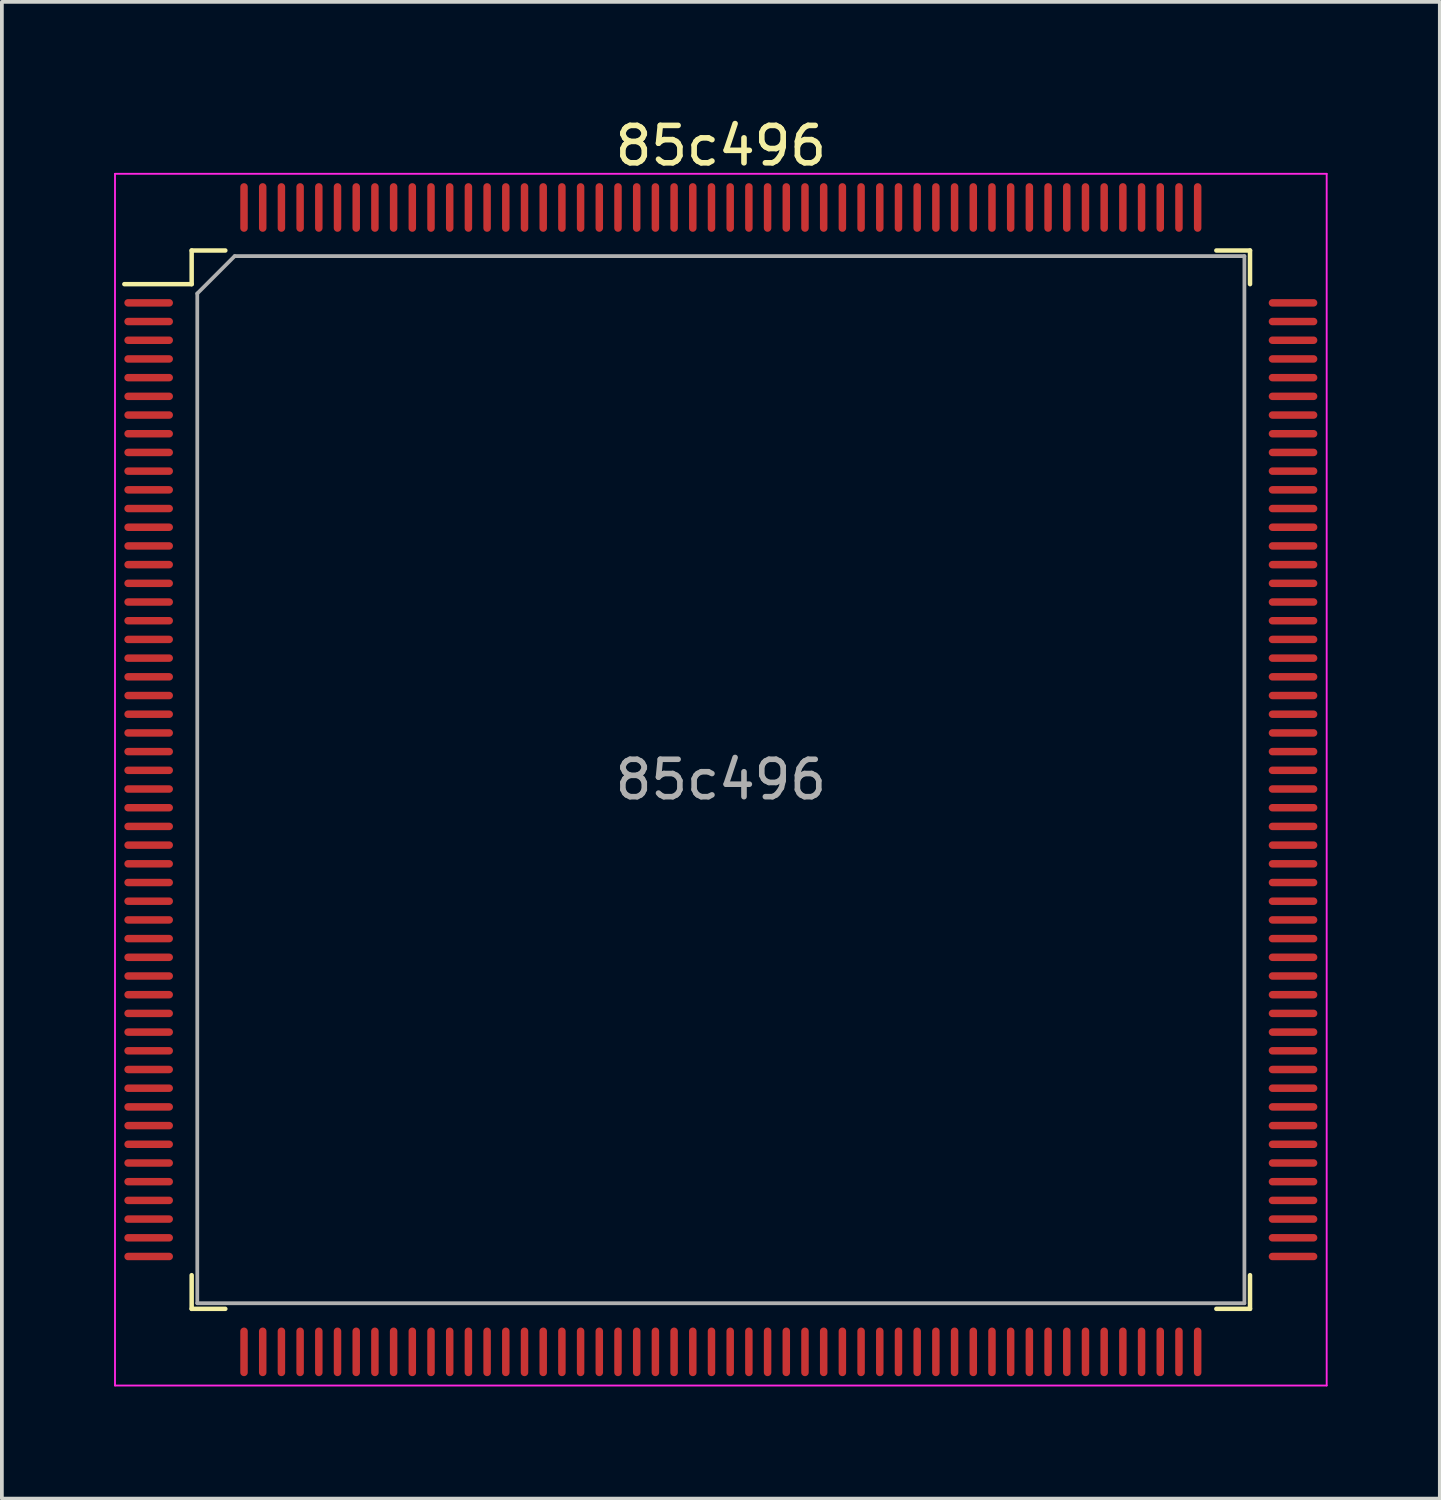
<source format=kicad_pcb>
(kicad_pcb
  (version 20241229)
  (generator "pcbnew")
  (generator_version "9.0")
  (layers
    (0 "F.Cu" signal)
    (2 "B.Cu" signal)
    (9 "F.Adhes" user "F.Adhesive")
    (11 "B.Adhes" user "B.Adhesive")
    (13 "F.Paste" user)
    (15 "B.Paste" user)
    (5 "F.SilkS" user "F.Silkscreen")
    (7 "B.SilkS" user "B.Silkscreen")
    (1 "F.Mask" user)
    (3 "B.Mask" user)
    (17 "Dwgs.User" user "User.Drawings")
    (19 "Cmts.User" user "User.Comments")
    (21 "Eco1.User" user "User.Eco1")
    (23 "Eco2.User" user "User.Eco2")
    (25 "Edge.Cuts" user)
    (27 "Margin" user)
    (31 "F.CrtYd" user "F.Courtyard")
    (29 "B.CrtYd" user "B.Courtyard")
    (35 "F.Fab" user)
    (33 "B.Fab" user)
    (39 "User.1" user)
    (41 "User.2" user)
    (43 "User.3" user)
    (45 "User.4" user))
  (footprint "85c496"
    (layer "F.Cu")
    (at 16.225 17.798)
    (property "Reference" "85c496" (at 0 -16.95 0) (layer "F.SilkS") (effects (font (size 1 1) (thickness 0.15))))
    (attr smd)
    (fp_line (start -14.15 -14.15) (end -14.15 -13.25) (stroke (width 0.12) (type default)) (layer "F.SilkS"))
    (fp_line (start -14.15 -13.25) (end -15.95 -13.25) (stroke (width 0.12) (type default)) (layer "F.SilkS"))
    (fp_line (start -14.15 14.15) (end -14.15 13.25) (stroke (width 0.12) (type default)) (layer "F.SilkS"))
    (fp_line (start -13.25 -14.15) (end -14.15 -14.15) (stroke (width 0.12) (type default)) (layer "F.SilkS"))
    (fp_line (start -13.25 14.15) (end -14.15 14.15) (stroke (width 0.12) (type default)) (layer "F.SilkS"))
    (fp_line (start 13.25 -14.15) (end 14.15 -14.15) (stroke (width 0.12) (type default)) (layer "F.SilkS"))
    (fp_line (start 13.25 14.15) (end 14.15 14.15) (stroke (width 0.12) (type default)) (layer "F.SilkS"))
    (fp_line (start 14.15 -14.15) (end 14.15 -13.25) (stroke (width 0.12) (type default)) (layer "F.SilkS"))
    (fp_line (start 14.15 14.15) (end 14.15 13.25) (stroke (width 0.12) (type default)) (layer "F.SilkS"))
    (fp_line (start -16.2 -16.2) (end 16.2 -16.2) (stroke (width 0.05) (type default)) (layer "F.CrtYd"))
    (fp_line (start -16.2 16.2) (end -16.2 -16.2) (stroke (width 0.05) (type default)) (layer "F.CrtYd"))
    (fp_line (start 16.2 -16.2) (end 16.2 16.2) (stroke (width 0.05) (type default)) (layer "F.CrtYd"))
    (fp_line (start 16.2 16.2) (end -16.2 16.2) (stroke (width 0.05) (type default)) (layer "F.CrtYd"))
    (fp_line (start -14 -13) (end -14 14) (stroke (width 0.1) (type default)) (layer "F.Fab"))
    (fp_line (start -14 14) (end 14 14) (stroke (width 0.1) (type default)) (layer "F.Fab"))
    (fp_line (start -13 -14) (end -14 -13) (stroke (width 0.1) (type default)) (layer "F.Fab"))
    (fp_line (start 14 -14) (end -13 -14) (stroke (width 0.1) (type default)) (layer "F.Fab"))
    (fp_line (start 14 14) (end 14 -14) (stroke (width 0.1) (type default)) (layer "F.Fab"))
    (fp_text user "${REFERENCE}" (at 0 0 0) (layer "F.Fab") (effects (font (size 1 1) (thickness 0.15))))
    (pad "1" smd oval (at -15.3 -12.75 90) (size 0.2 1.3) (layers "F.Cu" "F.Mask" "F.Paste"))
    (pad "2" smd oval (at -15.3 -12.25 90) (size 0.2 1.3) (layers "F.Cu" "F.Mask" "F.Paste"))
    (pad "3" smd oval (at -15.3 -11.75 90) (size 0.2 1.3) (layers "F.Cu" "F.Mask" "F.Paste"))
    (pad "4" smd oval (at -15.3 -11.25 90) (size 0.2 1.3) (layers "F.Cu" "F.Mask" "F.Paste"))
    (pad "5" smd oval (at -15.3 -10.75 90) (size 0.2 1.3) (layers "F.Cu" "F.Mask" "F.Paste"))
    (pad "6" smd oval (at -15.3 -10.25 90) (size 0.2 1.3) (layers "F.Cu" "F.Mask" "F.Paste"))
    (pad "7" smd oval (at -15.3 -9.75 90) (size 0.2 1.3) (layers "F.Cu" "F.Mask" "F.Paste"))
    (pad "8" smd oval (at -15.3 -9.25 90) (size 0.2 1.3) (layers "F.Cu" "F.Mask" "F.Paste"))
    (pad "9" smd oval (at -15.3 -8.75 90) (size 0.2 1.3) (layers "F.Cu" "F.Mask" "F.Paste"))
    (pad "10" smd oval (at -15.3 -8.25 90) (size 0.2 1.3) (layers "F.Cu" "F.Mask" "F.Paste"))
    (pad "11" smd oval (at -15.3 -7.75 90) (size 0.2 1.3) (layers "F.Cu" "F.Mask" "F.Paste"))
    (pad "12" smd oval (at -15.3 -7.25 90) (size 0.2 1.3) (layers "F.Cu" "F.Mask" "F.Paste"))
    (pad "13" smd oval (at -15.3 -6.75 90) (size 0.2 1.3) (layers "F.Cu" "F.Mask" "F.Paste"))
    (pad "14" smd oval (at -15.3 -6.25 90) (size 0.2 1.3) (layers "F.Cu" "F.Mask" "F.Paste"))
    (pad "15" smd oval (at -15.3 -5.75 90) (size 0.2 1.3) (layers "F.Cu" "F.Mask" "F.Paste"))
    (pad "16" smd oval (at -15.3 -5.25 90) (size 0.2 1.3) (layers "F.Cu" "F.Mask" "F.Paste"))
    (pad "17" smd oval (at -15.3 -4.75 90) (size 0.2 1.3) (layers "F.Cu" "F.Mask" "F.Paste"))
    (pad "18" smd oval (at -15.3 -4.25 90) (size 0.2 1.3) (layers "F.Cu" "F.Mask" "F.Paste"))
    (pad "19" smd oval (at -15.3 -3.75 90) (size 0.2 1.3) (layers "F.Cu" "F.Mask" "F.Paste"))
    (pad "20" smd oval (at -15.3 -3.25 90) (size 0.2 1.3) (layers "F.Cu" "F.Mask" "F.Paste"))
    (pad "21" smd oval (at -15.3 -2.75 90) (size 0.2 1.3) (layers "F.Cu" "F.Mask" "F.Paste"))
    (pad "22" smd oval (at -15.3 -2.25 90) (size 0.2 1.3) (layers "F.Cu" "F.Mask" "F.Paste"))
    (pad "23" smd oval (at -15.3 -1.75 90) (size 0.2 1.3) (layers "F.Cu" "F.Mask" "F.Paste"))
    (pad "24" smd oval (at -15.3 -1.25 90) (size 0.2 1.3) (layers "F.Cu" "F.Mask" "F.Paste"))
    (pad "25" smd oval (at -15.3 -0.75 90) (size 0.2 1.3) (layers "F.Cu" "F.Mask" "F.Paste"))
    (pad "26" smd oval (at -15.3 -0.25 90) (size 0.2 1.3) (layers "F.Cu" "F.Mask" "F.Paste"))
    (pad "27" smd oval (at -15.3 0.25 90) (size 0.2 1.3) (layers "F.Cu" "F.Mask" "F.Paste"))
    (pad "28" smd oval (at -15.3 0.75 90) (size 0.2 1.3) (layers "F.Cu" "F.Mask" "F.Paste"))
    (pad "29" smd oval (at -15.3 1.25 90) (size 0.2 1.3) (layers "F.Cu" "F.Mask" "F.Paste"))
    (pad "30" smd oval (at -15.3 1.75 90) (size 0.2 1.3) (layers "F.Cu" "F.Mask" "F.Paste"))
    (pad "31" smd oval (at -15.3 2.25 90) (size 0.2 1.3) (layers "F.Cu" "F.Mask" "F.Paste"))
    (pad "32" smd oval (at -15.3 2.75 90) (size 0.2 1.3) (layers "F.Cu" "F.Mask" "F.Paste"))
    (pad "33" smd oval (at -15.3 3.25 90) (size 0.2 1.3) (layers "F.Cu" "F.Mask" "F.Paste"))
    (pad "34" smd oval (at -15.3 3.75 90) (size 0.2 1.3) (layers "F.Cu" "F.Mask" "F.Paste"))
    (pad "35" smd oval (at -15.3 4.25 90) (size 0.2 1.3) (layers "F.Cu" "F.Mask" "F.Paste"))
    (pad "36" smd oval (at -15.3 4.75 90) (size 0.2 1.3) (layers "F.Cu" "F.Mask" "F.Paste"))
    (pad "37" smd oval (at -15.3 5.25 90) (size 0.2 1.3) (layers "F.Cu" "F.Mask" "F.Paste"))
    (pad "38" smd oval (at -15.3 5.75 90) (size 0.2 1.3) (layers "F.Cu" "F.Mask" "F.Paste"))
    (pad "39" smd oval (at -15.3 6.25 90) (size 0.2 1.3) (layers "F.Cu" "F.Mask" "F.Paste"))
    (pad "40" smd oval (at -15.3 6.75 90) (size 0.2 1.3) (layers "F.Cu" "F.Mask" "F.Paste"))
    (pad "41" smd oval (at -15.3 7.25 90) (size 0.2 1.3) (layers "F.Cu" "F.Mask" "F.Paste"))
    (pad "42" smd oval (at -15.3 7.75 90) (size 0.2 1.3) (layers "F.Cu" "F.Mask" "F.Paste"))
    (pad "43" smd oval (at -15.3 8.25 90) (size 0.2 1.3) (layers "F.Cu" "F.Mask" "F.Paste"))
    (pad "44" smd oval (at -15.3 8.75 90) (size 0.2 1.3) (layers "F.Cu" "F.Mask" "F.Paste"))
    (pad "45" smd oval (at -15.3 9.25 90) (size 0.2 1.3) (layers "F.Cu" "F.Mask" "F.Paste"))
    (pad "46" smd oval (at -15.3 9.75 90) (size 0.2 1.3) (layers "F.Cu" "F.Mask" "F.Paste"))
    (pad "47" smd oval (at -15.3 10.25 90) (size 0.2 1.3) (layers "F.Cu" "F.Mask" "F.Paste"))
    (pad "48" smd oval (at -15.3 10.75 90) (size 0.2 1.3) (layers "F.Cu" "F.Mask" "F.Paste"))
    (pad "49" smd oval (at -15.3 11.25 90) (size 0.2 1.3) (layers "F.Cu" "F.Mask" "F.Paste"))
    (pad "50" smd oval (at -15.3 11.75 90) (size 0.2 1.3) (layers "F.Cu" "F.Mask" "F.Paste"))
    (pad "51" smd oval (at -15.3 12.25 90) (size 0.2 1.3) (layers "F.Cu" "F.Mask" "F.Paste"))
    (pad "52" smd oval (at -15.3 12.75 90) (size 0.2 1.3) (layers "F.Cu" "F.Mask" "F.Paste"))
    (pad "53" smd oval (at -12.75 15.3) (size 0.2 1.3) (layers "F.Cu" "F.Mask" "F.Paste"))
    (pad "54" smd oval (at -12.25 15.3) (size 0.2 1.3) (layers "F.Cu" "F.Mask" "F.Paste"))
    (pad "55" smd oval (at -11.75 15.3) (size 0.2 1.3) (layers "F.Cu" "F.Mask" "F.Paste"))
    (pad "56" smd oval (at -11.25 15.3) (size 0.2 1.3) (layers "F.Cu" "F.Mask" "F.Paste"))
    (pad "57" smd oval (at -10.75 15.3) (size 0.2 1.3) (layers "F.Cu" "F.Mask" "F.Paste"))
    (pad "58" smd oval (at -10.25 15.3) (size 0.2 1.3) (layers "F.Cu" "F.Mask" "F.Paste"))
    (pad "59" smd oval (at -9.75 15.3) (size 0.2 1.3) (layers "F.Cu" "F.Mask" "F.Paste"))
    (pad "60" smd oval (at -9.25 15.3) (size 0.2 1.3) (layers "F.Cu" "F.Mask" "F.Paste"))
    (pad "61" smd oval (at -8.75 15.3) (size 0.2 1.3) (layers "F.Cu" "F.Mask" "F.Paste"))
    (pad "62" smd oval (at -8.25 15.3) (size 0.2 1.3) (layers "F.Cu" "F.Mask" "F.Paste"))
    (pad "63" smd oval (at -7.75 15.3) (size 0.2 1.3) (layers "F.Cu" "F.Mask" "F.Paste"))
    (pad "64" smd oval (at -7.25 15.3) (size 0.2 1.3) (layers "F.Cu" "F.Mask" "F.Paste"))
    (pad "65" smd oval (at -6.75 15.3) (size 0.2 1.3) (layers "F.Cu" "F.Mask" "F.Paste"))
    (pad "66" smd oval (at -6.25 15.3) (size 0.2 1.3) (layers "F.Cu" "F.Mask" "F.Paste"))
    (pad "67" smd oval (at -5.75 15.3) (size 0.2 1.3) (layers "F.Cu" "F.Mask" "F.Paste"))
    (pad "68" smd oval (at -5.25 15.3) (size 0.2 1.3) (layers "F.Cu" "F.Mask" "F.Paste"))
    (pad "69" smd oval (at -4.75 15.3) (size 0.2 1.3) (layers "F.Cu" "F.Mask" "F.Paste"))
    (pad "70" smd oval (at -4.25 15.3) (size 0.2 1.3) (layers "F.Cu" "F.Mask" "F.Paste"))
    (pad "71" smd oval (at -3.75 15.3) (size 0.2 1.3) (layers "F.Cu" "F.Mask" "F.Paste"))
    (pad "72" smd oval (at -3.25 15.3) (size 0.2 1.3) (layers "F.Cu" "F.Mask" "F.Paste"))
    (pad "73" smd oval (at -2.75 15.3) (size 0.2 1.3) (layers "F.Cu" "F.Mask" "F.Paste"))
    (pad "74" smd oval (at -2.25 15.3) (size 0.2 1.3) (layers "F.Cu" "F.Mask" "F.Paste"))
    (pad "75" smd oval (at -1.75 15.3) (size 0.2 1.3) (layers "F.Cu" "F.Mask" "F.Paste"))
    (pad "76" smd oval (at -1.25 15.3) (size 0.2 1.3) (layers "F.Cu" "F.Mask" "F.Paste"))
    (pad "77" smd oval (at -0.75 15.3) (size 0.2 1.3) (layers "F.Cu" "F.Mask" "F.Paste"))
    (pad "78" smd oval (at -0.25 15.3) (size 0.2 1.3) (layers "F.Cu" "F.Mask" "F.Paste"))
    (pad "79" smd oval (at 0.25 15.3) (size 0.2 1.3) (layers "F.Cu" "F.Mask" "F.Paste"))
    (pad "80" smd oval (at 0.75 15.3) (size 0.2 1.3) (layers "F.Cu" "F.Mask" "F.Paste"))
    (pad "81" smd oval (at 1.25 15.3) (size 0.2 1.3) (layers "F.Cu" "F.Mask" "F.Paste"))
    (pad "82" smd oval (at 1.75 15.3) (size 0.2 1.3) (layers "F.Cu" "F.Mask" "F.Paste"))
    (pad "83" smd oval (at 2.25 15.3) (size 0.2 1.3) (layers "F.Cu" "F.Mask" "F.Paste"))
    (pad "84" smd oval (at 2.75 15.3) (size 0.2 1.3) (layers "F.Cu" "F.Mask" "F.Paste"))
    (pad "85" smd oval (at 3.25 15.3) (size 0.2 1.3) (layers "F.Cu" "F.Mask" "F.Paste"))
    (pad "86" smd oval (at 3.75 15.3) (size 0.2 1.3) (layers "F.Cu" "F.Mask" "F.Paste"))
    (pad "87" smd oval (at 4.25 15.3) (size 0.2 1.3) (layers "F.Cu" "F.Mask" "F.Paste"))
    (pad "88" smd oval (at 4.75 15.3) (size 0.2 1.3) (layers "F.Cu" "F.Mask" "F.Paste"))
    (pad "89" smd oval (at 5.25 15.3) (size 0.2 1.3) (layers "F.Cu" "F.Mask" "F.Paste"))
    (pad "90" smd oval (at 5.75 15.3) (size 0.2 1.3) (layers "F.Cu" "F.Mask" "F.Paste"))
    (pad "91" smd oval (at 6.25 15.3) (size 0.2 1.3) (layers "F.Cu" "F.Mask" "F.Paste"))
    (pad "92" smd oval (at 6.75 15.3) (size 0.2 1.3) (layers "F.Cu" "F.Mask" "F.Paste"))
    (pad "93" smd oval (at 7.25 15.3) (size 0.2 1.3) (layers "F.Cu" "F.Mask" "F.Paste"))
    (pad "94" smd oval (at 7.75 15.3) (size 0.2 1.3) (layers "F.Cu" "F.Mask" "F.Paste"))
    (pad "95" smd oval (at 8.25 15.3) (size 0.2 1.3) (layers "F.Cu" "F.Mask" "F.Paste"))
    (pad "96" smd oval (at 8.75 15.3) (size 0.2 1.3) (layers "F.Cu" "F.Mask" "F.Paste"))
    (pad "97" smd oval (at 9.25 15.3) (size 0.2 1.3) (layers "F.Cu" "F.Mask" "F.Paste"))
    (pad "98" smd oval (at 9.75 15.3) (size 0.2 1.3) (layers "F.Cu" "F.Mask" "F.Paste"))
    (pad "99" smd oval (at 10.25 15.3) (size 0.2 1.3) (layers "F.Cu" "F.Mask" "F.Paste"))
    (pad "100" smd oval (at 10.75 15.3) (size 0.2 1.3) (layers "F.Cu" "F.Mask" "F.Paste"))
    (pad "101" smd oval (at 11.25 15.3) (size 0.2 1.3) (layers "F.Cu" "F.Mask" "F.Paste"))
    (pad "102" smd oval (at 11.75 15.3) (size 0.2 1.3) (layers "F.Cu" "F.Mask" "F.Paste"))
    (pad "103" smd oval (at 12.25 15.3) (size 0.2 1.3) (layers "F.Cu" "F.Mask" "F.Paste"))
    (pad "104" smd oval (at 12.75 15.3) (size 0.2 1.3) (layers "F.Cu" "F.Mask" "F.Paste"))
    (pad "105" smd oval (at 15.3 12.75 90) (size 0.2 1.3) (layers "F.Cu" "F.Mask" "F.Paste"))
    (pad "106" smd oval (at 15.3 12.25 90) (size 0.2 1.3) (layers "F.Cu" "F.Mask" "F.Paste"))
    (pad "107" smd oval (at 15.3 11.75 90) (size 0.2 1.3) (layers "F.Cu" "F.Mask" "F.Paste"))
    (pad "108" smd oval (at 15.3 11.25 90) (size 0.2 1.3) (layers "F.Cu" "F.Mask" "F.Paste"))
    (pad "109" smd oval (at 15.3 10.75 90) (size 0.2 1.3) (layers "F.Cu" "F.Mask" "F.Paste"))
    (pad "110" smd oval (at 15.3 10.25 90) (size 0.2 1.3) (layers "F.Cu" "F.Mask" "F.Paste"))
    (pad "111" smd oval (at 15.3 9.75 90) (size 0.2 1.3) (layers "F.Cu" "F.Mask" "F.Paste"))
    (pad "112" smd oval (at 15.3 9.25 90) (size 0.2 1.3) (layers "F.Cu" "F.Mask" "F.Paste"))
    (pad "113" smd oval (at 15.3 8.75 90) (size 0.2 1.3) (layers "F.Cu" "F.Mask" "F.Paste"))
    (pad "114" smd oval (at 15.3 8.25 90) (size 0.2 1.3) (layers "F.Cu" "F.Mask" "F.Paste"))
    (pad "115" smd oval (at 15.3 7.75 90) (size 0.2 1.3) (layers "F.Cu" "F.Mask" "F.Paste"))
    (pad "116" smd oval (at 15.3 7.25 90) (size 0.2 1.3) (layers "F.Cu" "F.Mask" "F.Paste"))
    (pad "117" smd oval (at 15.3 6.75 90) (size 0.2 1.3) (layers "F.Cu" "F.Mask" "F.Paste"))
    (pad "118" smd oval (at 15.3 6.25 90) (size 0.2 1.3) (layers "F.Cu" "F.Mask" "F.Paste"))
    (pad "119" smd oval (at 15.3 5.75 90) (size 0.2 1.3) (layers "F.Cu" "F.Mask" "F.Paste"))
    (pad "120" smd oval (at 15.3 5.25 90) (size 0.2 1.3) (layers "F.Cu" "F.Mask" "F.Paste"))
    (pad "121" smd oval (at 15.3 4.75 90) (size 0.2 1.3) (layers "F.Cu" "F.Mask" "F.Paste"))
    (pad "122" smd oval (at 15.3 4.25 90) (size 0.2 1.3) (layers "F.Cu" "F.Mask" "F.Paste"))
    (pad "123" smd oval (at 15.3 3.75 90) (size 0.2 1.3) (layers "F.Cu" "F.Mask" "F.Paste"))
    (pad "124" smd oval (at 15.3 3.25 90) (size 0.2 1.3) (layers "F.Cu" "F.Mask" "F.Paste"))
    (pad "125" smd oval (at 15.3 2.75 90) (size 0.2 1.3) (layers "F.Cu" "F.Mask" "F.Paste"))
    (pad "126" smd oval (at 15.3 2.25 90) (size 0.2 1.3) (layers "F.Cu" "F.Mask" "F.Paste"))
    (pad "127" smd oval (at 15.3 1.75 90) (size 0.2 1.3) (layers "F.Cu" "F.Mask" "F.Paste"))
    (pad "128" smd oval (at 15.3 1.25 90) (size 0.2 1.3) (layers "F.Cu" "F.Mask" "F.Paste"))
    (pad "129" smd oval (at 15.3 0.75 90) (size 0.2 1.3) (layers "F.Cu" "F.Mask" "F.Paste"))
    (pad "130" smd oval (at 15.3 0.25 90) (size 0.2 1.3) (layers "F.Cu" "F.Mask" "F.Paste"))
    (pad "131" smd oval (at 15.3 -0.25 90) (size 0.2 1.3) (layers "F.Cu" "F.Mask" "F.Paste"))
    (pad "132" smd oval (at 15.3 -0.75 90) (size 0.2 1.3) (layers "F.Cu" "F.Mask" "F.Paste"))
    (pad "133" smd oval (at 15.3 -1.25 90) (size 0.2 1.3) (layers "F.Cu" "F.Mask" "F.Paste"))
    (pad "134" smd oval (at 15.3 -1.75 90) (size 0.2 1.3) (layers "F.Cu" "F.Mask" "F.Paste"))
    (pad "135" smd oval (at 15.3 -2.25 90) (size 0.2 1.3) (layers "F.Cu" "F.Mask" "F.Paste"))
    (pad "136" smd oval (at 15.3 -2.75 90) (size 0.2 1.3) (layers "F.Cu" "F.Mask" "F.Paste"))
    (pad "137" smd oval (at 15.3 -3.25 90) (size 0.2 1.3) (layers "F.Cu" "F.Mask" "F.Paste"))
    (pad "138" smd oval (at 15.3 -3.75 90) (size 0.2 1.3) (layers "F.Cu" "F.Mask" "F.Paste"))
    (pad "139" smd oval (at 15.3 -4.25 90) (size 0.2 1.3) (layers "F.Cu" "F.Mask" "F.Paste"))
    (pad "140" smd oval (at 15.3 -4.75 90) (size 0.2 1.3) (layers "F.Cu" "F.Mask" "F.Paste"))
    (pad "141" smd oval (at 15.3 -5.25 90) (size 0.2 1.3) (layers "F.Cu" "F.Mask" "F.Paste"))
    (pad "142" smd oval (at 15.3 -5.75 90) (size 0.2 1.3) (layers "F.Cu" "F.Mask" "F.Paste"))
    (pad "143" smd oval (at 15.3 -6.25 90) (size 0.2 1.3) (layers "F.Cu" "F.Mask" "F.Paste"))
    (pad "144" smd oval (at 15.3 -6.75 90) (size 0.2 1.3) (layers "F.Cu" "F.Mask" "F.Paste"))
    (pad "145" smd oval (at 15.3 -7.25 90) (size 0.2 1.3) (layers "F.Cu" "F.Mask" "F.Paste"))
    (pad "146" smd oval (at 15.3 -7.75 90) (size 0.2 1.3) (layers "F.Cu" "F.Mask" "F.Paste"))
    (pad "147" smd oval (at 15.3 -8.25 90) (size 0.2 1.3) (layers "F.Cu" "F.Mask" "F.Paste"))
    (pad "148" smd oval (at 15.3 -8.75 90) (size 0.2 1.3) (layers "F.Cu" "F.Mask" "F.Paste"))
    (pad "149" smd oval (at 15.3 -9.25 90) (size 0.2 1.3) (layers "F.Cu" "F.Mask" "F.Paste"))
    (pad "150" smd oval (at 15.3 -9.75 90) (size 0.2 1.3) (layers "F.Cu" "F.Mask" "F.Paste"))
    (pad "151" smd oval (at 15.3 -10.25 90) (size 0.2 1.3) (layers "F.Cu" "F.Mask" "F.Paste"))
    (pad "152" smd oval (at 15.3 -10.75 90) (size 0.2 1.3) (layers "F.Cu" "F.Mask" "F.Paste"))
    (pad "153" smd oval (at 15.3 -11.25 90) (size 0.2 1.3) (layers "F.Cu" "F.Mask" "F.Paste"))
    (pad "154" smd oval (at 15.3 -11.75 90) (size 0.2 1.3) (layers "F.Cu" "F.Mask" "F.Paste"))
    (pad "155" smd oval (at 15.3 -12.25 90) (size 0.2 1.3) (layers "F.Cu" "F.Mask" "F.Paste"))
    (pad "156" smd oval (at 15.3 -12.75 90) (size 0.2 1.3) (layers "F.Cu" "F.Mask" "F.Paste"))
    (pad "157" smd oval (at 12.75 -15.3) (size 0.2 1.3) (layers "F.Cu" "F.Mask" "F.Paste"))
    (pad "158" smd oval (at 12.25 -15.3) (size 0.2 1.3) (layers "F.Cu" "F.Mask" "F.Paste"))
    (pad "159" smd oval (at 11.75 -15.3) (size 0.2 1.3) (layers "F.Cu" "F.Mask" "F.Paste"))
    (pad "160" smd oval (at 11.25 -15.3) (size 0.2 1.3) (layers "F.Cu" "F.Mask" "F.Paste"))
    (pad "161" smd oval (at 10.75 -15.3) (size 0.2 1.3) (layers "F.Cu" "F.Mask" "F.Paste"))
    (pad "162" smd oval (at 10.25 -15.3) (size 0.2 1.3) (layers "F.Cu" "F.Mask" "F.Paste"))
    (pad "163" smd oval (at 9.75 -15.3) (size 0.2 1.3) (layers "F.Cu" "F.Mask" "F.Paste"))
    (pad "164" smd oval (at 9.25 -15.3) (size 0.2 1.3) (layers "F.Cu" "F.Mask" "F.Paste"))
    (pad "165" smd oval (at 8.75 -15.3) (size 0.2 1.3) (layers "F.Cu" "F.Mask" "F.Paste"))
    (pad "166" smd oval (at 8.25 -15.3) (size 0.2 1.3) (layers "F.Cu" "F.Mask" "F.Paste"))
    (pad "167" smd oval (at 7.75 -15.3) (size 0.2 1.3) (layers "F.Cu" "F.Mask" "F.Paste"))
    (pad "168" smd oval (at 7.25 -15.3) (size 0.2 1.3) (layers "F.Cu" "F.Mask" "F.Paste"))
    (pad "169" smd oval (at 6.75 -15.3) (size 0.2 1.3) (layers "F.Cu" "F.Mask" "F.Paste"))
    (pad "170" smd oval (at 6.25 -15.3) (size 0.2 1.3) (layers "F.Cu" "F.Mask" "F.Paste"))
    (pad "171" smd oval (at 5.75 -15.3) (size 0.2 1.3) (layers "F.Cu" "F.Mask" "F.Paste"))
    (pad "172" smd oval (at 5.25 -15.3) (size 0.2 1.3) (layers "F.Cu" "F.Mask" "F.Paste"))
    (pad "173" smd oval (at 4.75 -15.3) (size 0.2 1.3) (layers "F.Cu" "F.Mask" "F.Paste"))
    (pad "174" smd oval (at 4.25 -15.3) (size 0.2 1.3) (layers "F.Cu" "F.Mask" "F.Paste"))
    (pad "175" smd oval (at 3.75 -15.3) (size 0.2 1.3) (layers "F.Cu" "F.Mask" "F.Paste"))
    (pad "176" smd oval (at 3.25 -15.3) (size 0.2 1.3) (layers "F.Cu" "F.Mask" "F.Paste"))
    (pad "177" smd oval (at 2.75 -15.3) (size 0.2 1.3) (layers "F.Cu" "F.Mask" "F.Paste"))
    (pad "178" smd oval (at 2.25 -15.3) (size 0.2 1.3) (layers "F.Cu" "F.Mask" "F.Paste"))
    (pad "179" smd oval (at 1.75 -15.3) (size 0.2 1.3) (layers "F.Cu" "F.Mask" "F.Paste"))
    (pad "180" smd oval (at 1.25 -15.3) (size 0.2 1.3) (layers "F.Cu" "F.Mask" "F.Paste"))
    (pad "181" smd oval (at 0.75 -15.3) (size 0.2 1.3) (layers "F.Cu" "F.Mask" "F.Paste"))
    (pad "182" smd oval (at 0.25 -15.3) (size 0.2 1.3) (layers "F.Cu" "F.Mask" "F.Paste"))
    (pad "183" smd oval (at -0.25 -15.3) (size 0.2 1.3) (layers "F.Cu" "F.Mask" "F.Paste"))
    (pad "184" smd oval (at -0.75 -15.3) (size 0.2 1.3) (layers "F.Cu" "F.Mask" "F.Paste"))
    (pad "185" smd oval (at -1.25 -15.3) (size 0.2 1.3) (layers "F.Cu" "F.Mask" "F.Paste"))
    (pad "186" smd oval (at -1.75 -15.3) (size 0.2 1.3) (layers "F.Cu" "F.Mask" "F.Paste"))
    (pad "187" smd oval (at -2.25 -15.3) (size 0.2 1.3) (layers "F.Cu" "F.Mask" "F.Paste"))
    (pad "188" smd oval (at -2.75 -15.3) (size 0.2 1.3) (layers "F.Cu" "F.Mask" "F.Paste"))
    (pad "189" smd oval (at -3.25 -15.3) (size 0.2 1.3) (layers "F.Cu" "F.Mask" "F.Paste"))
    (pad "190" smd oval (at -3.75 -15.3) (size 0.2 1.3) (layers "F.Cu" "F.Mask" "F.Paste"))
    (pad "191" smd oval (at -4.25 -15.3) (size 0.2 1.3) (layers "F.Cu" "F.Mask" "F.Paste"))
    (pad "192" smd oval (at -4.75 -15.3) (size 0.2 1.3) (layers "F.Cu" "F.Mask" "F.Paste"))
    (pad "193" smd oval (at -5.25 -15.3) (size 0.2 1.3) (layers "F.Cu" "F.Mask" "F.Paste"))
    (pad "194" smd oval (at -5.75 -15.3) (size 0.2 1.3) (layers "F.Cu" "F.Mask" "F.Paste"))
    (pad "195" smd oval (at -6.25 -15.3) (size 0.2 1.3) (layers "F.Cu" "F.Mask" "F.Paste"))
    (pad "196" smd oval (at -6.75 -15.3) (size 0.2 1.3) (layers "F.Cu" "F.Mask" "F.Paste"))
    (pad "197" smd oval (at -7.25 -15.3) (size 0.2 1.3) (layers "F.Cu" "F.Mask" "F.Paste"))
    (pad "198" smd oval (at -7.75 -15.3) (size 0.2 1.3) (layers "F.Cu" "F.Mask" "F.Paste"))
    (pad "199" smd oval (at -8.25 -15.3) (size 0.2 1.3) (layers "F.Cu" "F.Mask" "F.Paste"))
    (pad "200" smd oval (at -8.75 -15.3) (size 0.2 1.3) (layers "F.Cu" "F.Mask" "F.Paste"))
    (pad "201" smd oval (at -9.25 -15.3) (size 0.2 1.3) (layers "F.Cu" "F.Mask" "F.Paste"))
    (pad "202" smd oval (at -9.75 -15.3) (size 0.2 1.3) (layers "F.Cu" "F.Mask" "F.Paste"))
    (pad "203" smd oval (at -10.25 -15.3) (size 0.2 1.3) (layers "F.Cu" "F.Mask" "F.Paste"))
    (pad "204" smd oval (at -10.75 -15.3) (size 0.2 1.3) (layers "F.Cu" "F.Mask" "F.Paste"))
    (pad "205" smd oval (at -11.25 -15.3) (size 0.2 1.3) (layers "F.Cu" "F.Mask" "F.Paste"))
    (pad "206" smd oval (at -11.75 -15.3) (size 0.2 1.3) (layers "F.Cu" "F.Mask" "F.Paste"))
    (pad "207" smd oval (at -12.25 -15.3) (size 0.2 1.3) (layers "F.Cu" "F.Mask" "F.Paste"))
    (pad "208" smd oval (at -12.75 -15.3) (size 0.2 1.3) (layers "F.Cu" "F.Mask" "F.Paste")))
  (gr_rect
    (start -3 -3)
    (end 35.45 37.023)
    (stroke (width 0.1) (type default))
    (fill no)
    (layer "Edge.Cuts")))
</source>
